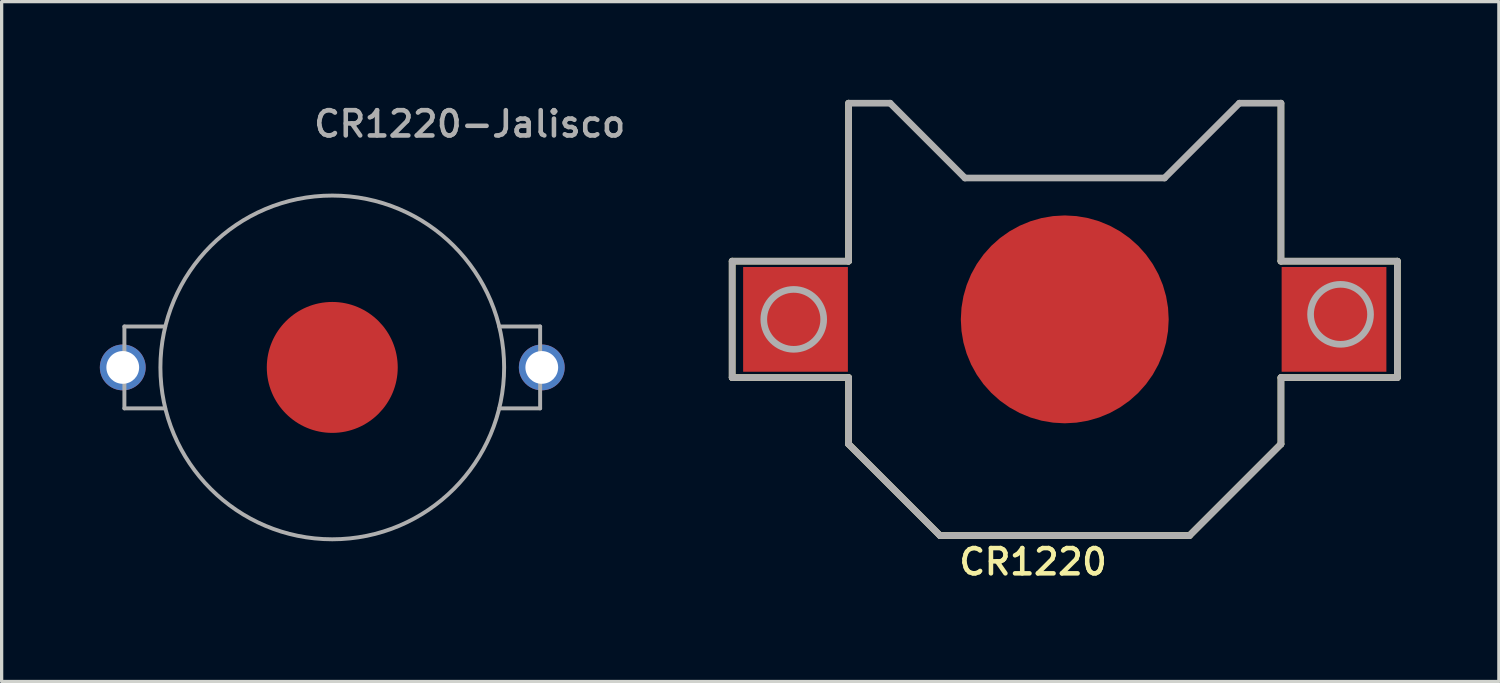
<source format=kicad_pcb>
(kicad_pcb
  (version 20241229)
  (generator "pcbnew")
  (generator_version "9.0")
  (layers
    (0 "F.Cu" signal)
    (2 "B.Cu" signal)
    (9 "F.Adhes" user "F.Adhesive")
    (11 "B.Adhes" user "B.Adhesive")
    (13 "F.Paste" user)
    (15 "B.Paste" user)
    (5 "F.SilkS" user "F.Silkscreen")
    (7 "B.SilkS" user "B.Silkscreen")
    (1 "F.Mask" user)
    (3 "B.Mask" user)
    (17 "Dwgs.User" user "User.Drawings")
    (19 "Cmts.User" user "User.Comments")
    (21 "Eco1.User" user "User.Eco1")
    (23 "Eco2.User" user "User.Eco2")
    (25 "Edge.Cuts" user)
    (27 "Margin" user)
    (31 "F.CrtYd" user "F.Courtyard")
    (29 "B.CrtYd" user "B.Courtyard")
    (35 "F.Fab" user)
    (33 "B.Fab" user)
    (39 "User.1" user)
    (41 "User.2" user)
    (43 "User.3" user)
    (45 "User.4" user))
  (footprint "CR1220-Jalisco"
    (layer "F.Cu")
    (at 7.1 8.174)
    (property "Reference" "CR1220-Jalisco" (at -0.635 -6.985 0) (layer "F.Fab") (effects (font (size 0.772 0.772) (thickness 0.139)) (justify left bottom)))
    (attr through_hole)
    (fp_line (start -6.35 -1.25) (end -6.35 1.25) (stroke (width 0.12) (type solid)) (layer "F.Fab"))
    (fp_line (start -6.35 -1.25) (end -5.105 -1.25) (stroke (width 0.12) (type solid)) (layer "F.Fab"))
    (fp_line (start -6.35 1.25) (end -5.105 1.25) (stroke (width 0.12) (type solid)) (layer "F.Fab"))
    (fp_line (start 5.105 1.25) (end 6.35 1.25) (stroke (width 0.12) (type solid)) (layer "F.Fab"))
    (fp_line (start 6.35 -1.25) (end 5.105 -1.25) (stroke (width 0.12) (type solid)) (layer "F.Fab"))
    (fp_line (start 6.35 1.25) (end 6.35 -1.25) (stroke (width 0.12) (type solid)) (layer "F.Fab"))
    (fp_circle (center 0 0) (end 5.25 0) (stroke (width 0.12) (type solid)) (fill no) (layer "F.Fab"))
    (pad "1" thru_hole circle (at -6.4 0) (size 1.4 1.4) (drill 1) (layers "*.Cu" "*.Mask"))
    (pad "1" thru_hole circle (at 6.4 0) (size 1.4 1.4) (drill 1) (layers "*.Cu" "*.Mask"))
    (pad "2" smd circle (at 0 0) (size 4 4) (layers "F.Cu" "F.Mask")))
  (footprint "CR1220"
    (layer "F.Cu")
    (at 29.476 6.706)
    (property "Reference" "CR1220" (at -3.302 7.86 0) (layer "F.SilkS") (effects (font (size 0.772 0.772) (thickness 0.139)) (justify left bottom)))
    (attr through_hole)
    (fp_circle (center 0 0) (end 3.141 0) (stroke (width 6.282) (type solid)) (fill no) (layer "F.Mask"))
    (fp_line (start -10.16 -1.778) (end -10.16 1.778) (stroke (width 0.203) (type solid)) (layer "F.SilkS"))
    (fp_line (start -10.16 1.778) (end -6.604 1.778) (stroke (width 0.203) (type solid)) (layer "F.SilkS"))
    (fp_line (start -6.604 -6.604) (end -6.604 -1.778) (stroke (width 0.203) (type solid)) (layer "F.SilkS"))
    (fp_line (start -6.604 -1.778) (end -10.16 -1.778) (stroke (width 0.203) (type solid)) (layer "F.SilkS"))
    (fp_line (start -6.604 1.778) (end -6.604 3.81) (stroke (width 0.203) (type solid)) (layer "F.SilkS"))
    (fp_line (start -6.604 3.81) (end -3.81 6.604) (stroke (width 0.203) (type solid)) (layer "F.SilkS"))
    (fp_line (start -3.81 6.604) (end 3.81 6.604) (stroke (width 0.203) (type solid)) (layer "F.SilkS"))
    (fp_line (start 3.81 6.604) (end 6.604 3.81) (stroke (width 0.203) (type solid)) (layer "F.SilkS"))
    (fp_line (start 6.604 -1.778) (end 6.604 -6.604) (stroke (width 0.203) (type solid)) (layer "F.SilkS"))
    (fp_line (start 6.604 1.778) (end 10.16 1.778) (stroke (width 0.203) (type solid)) (layer "F.SilkS"))
    (fp_line (start 6.604 3.81) (end 6.604 1.778) (stroke (width 0.203) (type solid)) (layer "F.SilkS"))
    (fp_line (start 10.16 -1.778) (end 6.604 -1.778) (stroke (width 0.203) (type solid)) (layer "F.SilkS"))
    (fp_line (start 10.16 1.778) (end 10.16 -1.778) (stroke (width 0.203) (type solid)) (layer "F.SilkS"))
    (fp_line (start -10.16 -1.778) (end -10.16 1.778) (stroke (width 0.203) (type solid)) (layer "F.Fab"))
    (fp_line (start -10.16 1.778) (end -6.604 1.778) (stroke (width 0.203) (type solid)) (layer "F.Fab"))
    (fp_line (start -6.604 -6.604) (end -6.604 -1.778) (stroke (width 0.203) (type solid)) (layer "F.Fab"))
    (fp_line (start -6.604 -1.778) (end -10.16 -1.778) (stroke (width 0.203) (type solid)) (layer "F.Fab"))
    (fp_line (start -6.604 1.778) (end -6.604 3.81) (stroke (width 0.203) (type solid)) (layer "F.Fab"))
    (fp_line (start -6.604 3.81) (end -3.81 6.604) (stroke (width 0.203) (type solid)) (layer "F.Fab"))
    (fp_line (start -5.334 -6.604) (end -6.604 -6.604) (stroke (width 0.203) (type solid)) (layer "F.Fab"))
    (fp_line (start -3.81 6.604) (end 3.81 6.604) (stroke (width 0.203) (type solid)) (layer "F.Fab"))
    (fp_line (start -3.048 -4.318) (end -5.334 -6.604) (stroke (width 0.203) (type solid)) (layer "F.Fab"))
    (fp_line (start 3.048 -4.318) (end -3.048 -4.318) (stroke (width 0.203) (type solid)) (layer "F.Fab"))
    (fp_line (start 3.81 6.604) (end 6.604 3.81) (stroke (width 0.203) (type solid)) (layer "F.Fab"))
    (fp_line (start 5.334 -6.604) (end 3.048 -4.318) (stroke (width 0.203) (type solid)) (layer "F.Fab"))
    (fp_line (start 6.604 -6.604) (end 5.334 -6.604) (stroke (width 0.203) (type solid)) (layer "F.Fab"))
    (fp_line (start 6.604 -1.778) (end 6.604 -6.604) (stroke (width 0.203) (type solid)) (layer "F.Fab"))
    (fp_line (start 6.604 1.778) (end 10.16 1.778) (stroke (width 0.203) (type solid)) (layer "F.Fab"))
    (fp_line (start 6.604 3.81) (end 6.604 1.778) (stroke (width 0.203) (type solid)) (layer "F.Fab"))
    (fp_line (start 10.16 -1.778) (end 6.604 -1.778) (stroke (width 0.203) (type solid)) (layer "F.Fab"))
    (fp_line (start 10.16 1.778) (end 10.16 -1.778) (stroke (width 0.203) (type solid)) (layer "F.Fab"))
    (fp_circle (center -8.279 0) (end -7.364 0) (stroke (width 0.203) (type solid)) (fill no) (layer "F.Fab"))
    (fp_circle (center 8.425 -0.154) (end 9.341 -0.154) (stroke (width 0.203) (type solid)) (fill no) (layer "F.Fab"))
    (pad "+$1" smd rect (at -8.225 0) (size 3.2 3.2) (layers "F.Cu" "F.Mask" "F.Paste"))
    (pad "+$2" smd rect (at 8.225 0) (size 3.2 3.2) (layers "F.Cu" "F.Mask" "F.Paste"))
    (pad "-" smd roundrect (at 0 0) (size 6.35 6.35) (layers "F.Cu" "F.Mask") (roundrect_rratio 0.5)))
  (gr_rect
    (start -3 -3)
    (end 42.737 17.768)
    (stroke (width 0.1) (type default))
    (fill no)
    (layer "Edge.Cuts")))
</source>
